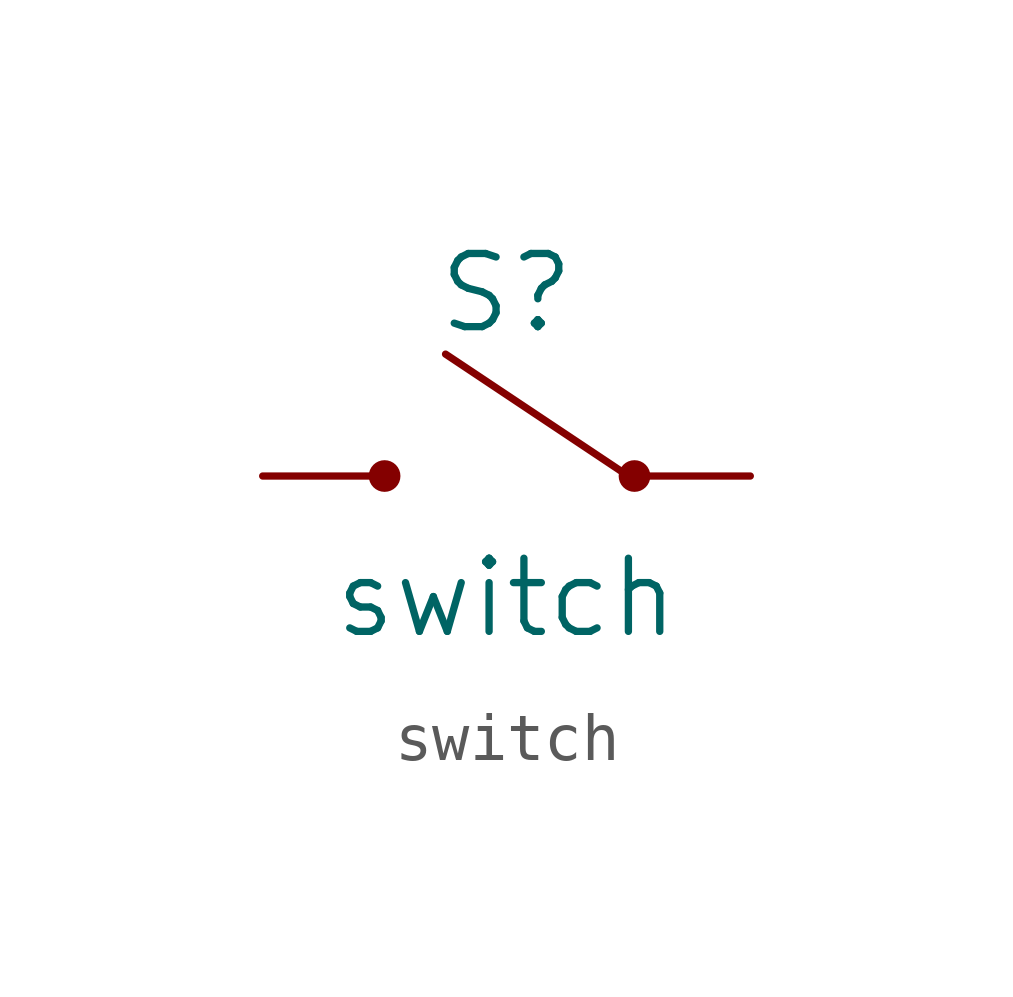
<source format=kicad_sym>
(kicad_symbol_lib
  (version 20231120)
  (generator "kicad_symbol_editor")
  (generator_version "8.0")
  (symbol "switch"
    (pin_numbers hide)
    (pin_names
      (offset 0) hide)
    (property "Reference" "S"
      (at 0 3.81 0)
      (effects (font (size 1.524 1.524))))
    (property "Value" "switch"
      (at 0 -2.54 0)
      (effects (font (size 1.524 1.524))))
    (symbol "switch_0_1"
      (circle (center -2.54 0) (radius 0.254) (stroke (width 0) (type solid)) (fill (type outline)))
      (polyline (pts (xy -2.54 0) (xy -2.54 0)) (stroke (width 0) (type solid)) (fill (type none)))
      (polyline (pts (xy -1.27 2.54) (xy 2.54 0)) (stroke (width 0) (type solid)) (fill (type none)))
      (circle (center 2.667 0) (radius 0.254) (stroke (width 0) (type solid)) (fill (type outline))))
    (symbol "switch_1_1"
      (pin passive line (at -5.08 0 0) (length 2.54) (name "~" (effects (font (size 1.27 1.27)))) (number "1" (effects (font (size 1.27 1.27)))))
      (pin passive line (at 5.08 0 180) (length 2.54) (name "~" (effects (font (size 1.27 1.27)))) (number "2" (effects (font (size 1.27 1.27))))))))
</source>
